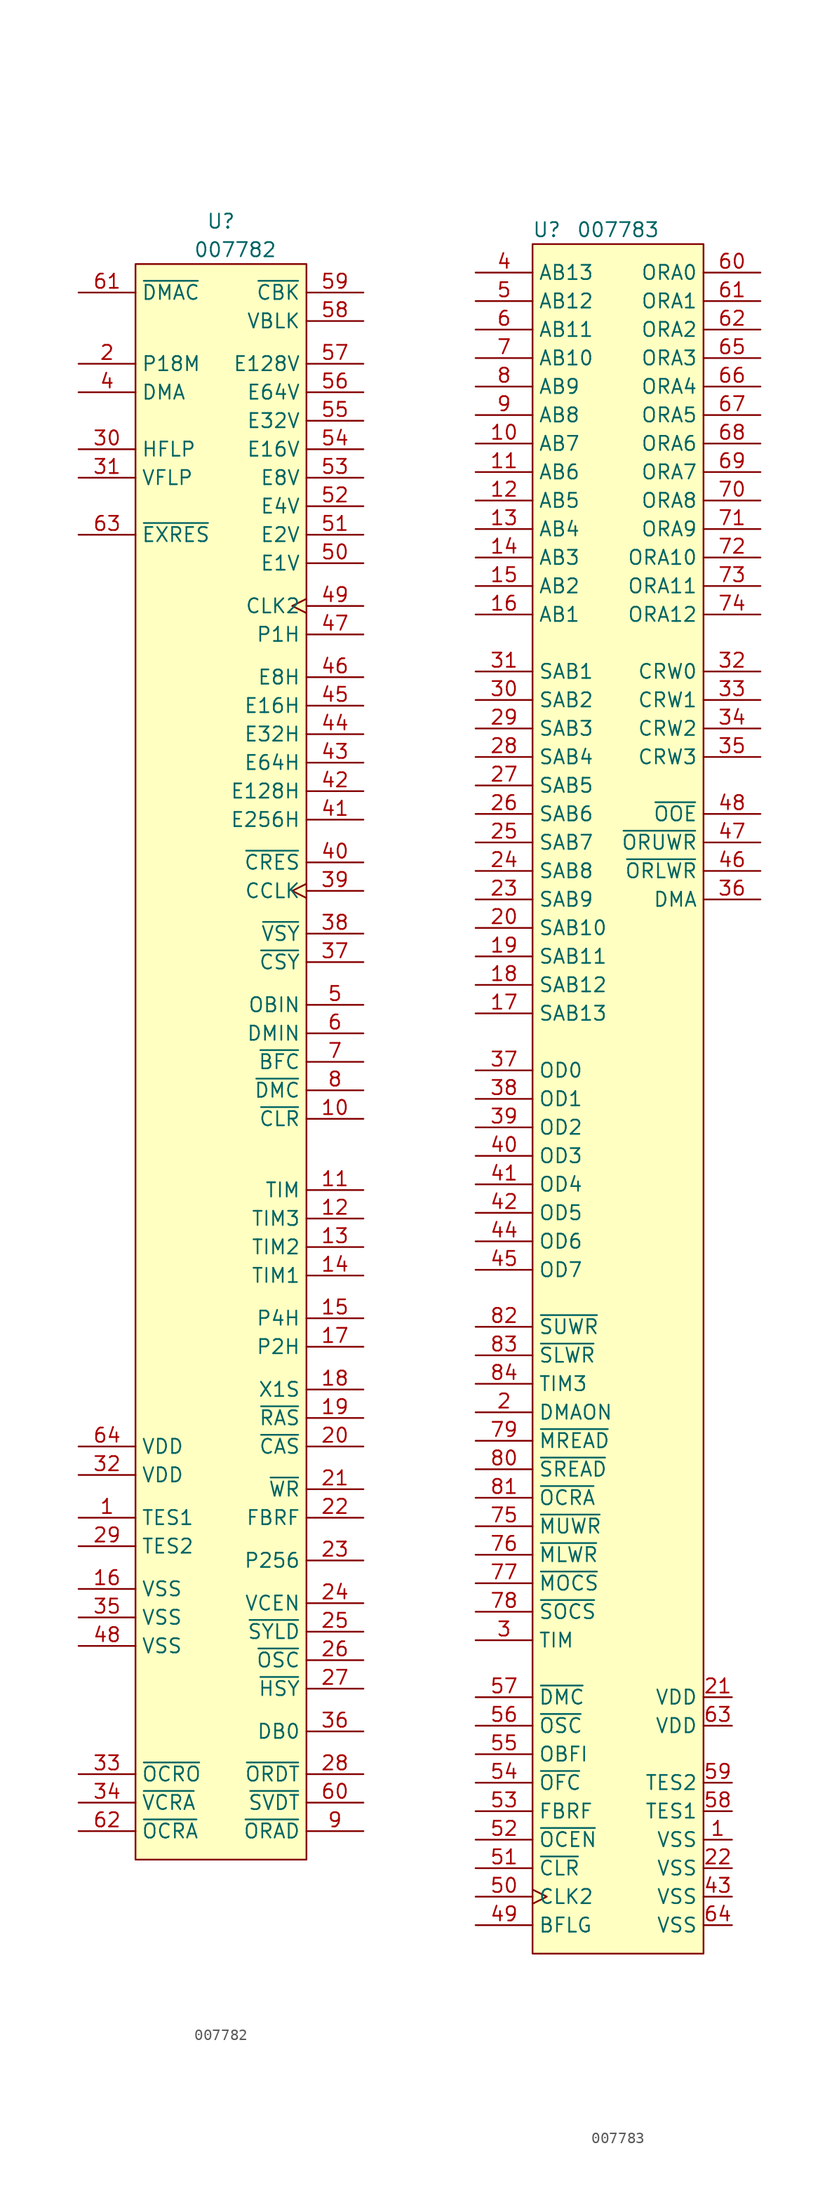
<source format=kicad_sym>
(kicad_symbol_lib
  (version 20231120)
  (generator "kicad_symbol_editor")
  (generator_version "8.0")
  (symbol "007782"
    (property "Reference" "U"
      (at 0 77.47 0)
      (effects (font (size 1.27 1.27))))
    (property "Value" "007782"
      (at 1.27 74.93 0)
      (effects (font (size 1.27 1.27))))
    (symbol "007782_0_1"
      (rectangle (start -7.62 73.66) (end 7.62 -68.58) (stroke (width 0) (type default)) (fill (type background))))
    (symbol "007782_1_1"
      (pin input line (at -12.7 -38.1 0) (length 5.08) (name "TES1" (effects (font (size 1.27 1.27)))) (number "1" (effects (font (size 1.27 1.27)))))
      (pin output line (at 12.7 -2.54 180) (length 5.08) (name "~{CLR}" (effects (font (size 1.27 1.27)))) (number "10" (effects (font (size 1.27 1.27)))))
      (pin output line (at 12.7 -8.89 180) (length 5.08) (name "TIM" (effects (font (size 1.27 1.27)))) (number "11" (effects (font (size 1.27 1.27)))))
      (pin output line (at 12.7 -11.43 180) (length 5.08) (name "TIM3" (effects (font (size 1.27 1.27)))) (number "12" (effects (font (size 1.27 1.27)))))
      (pin output line (at 12.7 -13.97 180) (length 5.08) (name "TIM2" (effects (font (size 1.27 1.27)))) (number "13" (effects (font (size 1.27 1.27)))))
      (pin output line (at 12.7 -16.51 180) (length 5.08) (name "TIM1" (effects (font (size 1.27 1.27)))) (number "14" (effects (font (size 1.27 1.27)))))
      (pin output line (at 12.7 -20.32 180) (length 5.08) (name "P4H" (effects (font (size 1.27 1.27)))) (number "15" (effects (font (size 1.27 1.27)))))
      (pin power_in line (at -12.7 -44.45 0) (length 5.08) (name "VSS" (effects (font (size 1.27 1.27)))) (number "16" (effects (font (size 1.27 1.27)))))
      (pin output line (at 12.7 -22.86 180) (length 5.08) (name "P2H" (effects (font (size 1.27 1.27)))) (number "17" (effects (font (size 1.27 1.27)))))
      (pin output line (at 12.7 -26.67 180) (length 5.08) (name "X1S" (effects (font (size 1.27 1.27)))) (number "18" (effects (font (size 1.27 1.27)))))
      (pin output line (at 12.7 -29.21 180) (length 5.08) (name "~{RAS}" (effects (font (size 1.27 1.27)))) (number "19" (effects (font (size 1.27 1.27)))))
      (pin input line (at -12.7 64.77 0) (length 5.08) (name "P18M" (effects (font (size 1.27 1.27)))) (number "2" (effects (font (size 1.27 1.27)))))
      (pin output line (at 12.7 -31.75 180) (length 5.08) (name "~{CAS}" (effects (font (size 1.27 1.27)))) (number "20" (effects (font (size 1.27 1.27)))))
      (pin output line (at 12.7 -35.56 180) (length 5.08) (name "~{WR}" (effects (font (size 1.27 1.27)))) (number "21" (effects (font (size 1.27 1.27)))))
      (pin output line (at 12.7 -38.1 180) (length 5.08) (name "FBRF" (effects (font (size 1.27 1.27)))) (number "22" (effects (font (size 1.27 1.27)))))
      (pin output line (at 12.7 -41.91 180) (length 5.08) (name "P256" (effects (font (size 1.27 1.27)))) (number "23" (effects (font (size 1.27 1.27)))))
      (pin output line (at 12.7 -45.72 180) (length 5.08) (name "VCEN" (effects (font (size 1.27 1.27)))) (number "24" (effects (font (size 1.27 1.27)))))
      (pin output line (at 12.7 -48.26 180) (length 5.08) (name "~{SYLD}" (effects (font (size 1.27 1.27)))) (number "25" (effects (font (size 1.27 1.27)))))
      (pin output line (at 12.7 -50.8 180) (length 5.08) (name "~{OSC}" (effects (font (size 1.27 1.27)))) (number "26" (effects (font (size 1.27 1.27)))))
      (pin output line (at 12.7 -53.34 180) (length 5.08) (name "~{HSY}" (effects (font (size 1.27 1.27)))) (number "27" (effects (font (size 1.27 1.27)))))
      (pin output line (at 12.7 -60.96 180) (length 5.08) (name "~{ORDT}" (effects (font (size 1.27 1.27)))) (number "28" (effects (font (size 1.27 1.27)))))
      (pin input line (at -12.7 -40.64 0) (length 5.08) (name "TES2" (effects (font (size 1.27 1.27)))) (number "29" (effects (font (size 1.27 1.27)))))
      (pin input line (at -12.7 57.15 0) (length 5.08) (name "HFLP" (effects (font (size 1.27 1.27)))) (number "30" (effects (font (size 1.27 1.27)))))
      (pin input line (at -12.7 54.61 0) (length 5.08) (name "VFLP" (effects (font (size 1.27 1.27)))) (number "31" (effects (font (size 1.27 1.27)))))
      (pin power_in line (at -12.7 -34.29 0) (length 5.08) (name "VDD" (effects (font (size 1.27 1.27)))) (number "32" (effects (font (size 1.27 1.27)))))
      (pin input line (at -12.7 -60.96 0) (length 5.08) (name "~{OCRO}" (effects (font (size 1.27 1.27)))) (number "33" (effects (font (size 1.27 1.27)))))
      (pin input line (at -12.7 -63.5 0) (length 5.08) (name "~{VCRA}" (effects (font (size 1.27 1.27)))) (number "34" (effects (font (size 1.27 1.27)))))
      (pin power_in line (at -12.7 -46.99 0) (length 5.08) (name "VSS" (effects (font (size 1.27 1.27)))) (number "35" (effects (font (size 1.27 1.27)))))
      (pin tri_state line (at 12.7 -57.15 180) (length 5.08) (name "DB0" (effects (font (size 1.27 1.27)))) (number "36" (effects (font (size 1.27 1.27)))))
      (pin output line (at 12.7 11.43 180) (length 5.08) (name "~{CSY}" (effects (font (size 1.27 1.27)))) (number "37" (effects (font (size 1.27 1.27)))))
      (pin output line (at 12.7 13.97 180) (length 5.08) (name "~{VSY}" (effects (font (size 1.27 1.27)))) (number "38" (effects (font (size 1.27 1.27)))))
      (pin output clock (at 12.7 17.78 180) (length 5.08) (name "CCLK" (effects (font (size 1.27 1.27)))) (number "39" (effects (font (size 1.27 1.27)))))
      (pin input line (at -12.7 62.23 0) (length 5.08) (name "DMA" (effects (font (size 1.27 1.27)))) (number "4" (effects (font (size 1.27 1.27)))))
      (pin output line (at 12.7 20.32 180) (length 5.08) (name "~{CRES}" (effects (font (size 1.27 1.27)))) (number "40" (effects (font (size 1.27 1.27)))))
      (pin output line (at 12.7 24.13 180) (length 5.08) (name "E256H" (effects (font (size 1.27 1.27)))) (number "41" (effects (font (size 1.27 1.27)))))
      (pin output line (at 12.7 26.67 180) (length 5.08) (name "E128H" (effects (font (size 1.27 1.27)))) (number "42" (effects (font (size 1.27 1.27)))))
      (pin output line (at 12.7 29.21 180) (length 5.08) (name "E64H" (effects (font (size 1.27 1.27)))) (number "43" (effects (font (size 1.27 1.27)))))
      (pin output line (at 12.7 31.75 180) (length 5.08) (name "E32H" (effects (font (size 1.27 1.27)))) (number "44" (effects (font (size 1.27 1.27)))))
      (pin output line (at 12.7 34.29 180) (length 5.08) (name "E16H" (effects (font (size 1.27 1.27)))) (number "45" (effects (font (size 1.27 1.27)))))
      (pin output line (at 12.7 36.83 180) (length 5.08) (name "E8H" (effects (font (size 1.27 1.27)))) (number "46" (effects (font (size 1.27 1.27)))))
      (pin output line (at 12.7 40.64 180) (length 5.08) (name "P1H" (effects (font (size 1.27 1.27)))) (number "47" (effects (font (size 1.27 1.27)))))
      (pin power_in line (at -12.7 -49.53 0) (length 5.08) (name "VSS" (effects (font (size 1.27 1.27)))) (number "48" (effects (font (size 1.27 1.27)))))
      (pin output clock (at 12.7 43.18 180) (length 5.08) (name "CLK2" (effects (font (size 1.27 1.27)))) (number "49" (effects (font (size 1.27 1.27)))))
      (pin output line (at 12.7 7.62 180) (length 5.08) (name "OBIN" (effects (font (size 1.27 1.27)))) (number "5" (effects (font (size 1.27 1.27)))))
      (pin output line (at 12.7 46.99 180) (length 5.08) (name "E1V" (effects (font (size 1.27 1.27)))) (number "50" (effects (font (size 1.27 1.27)))))
      (pin output line (at 12.7 49.53 180) (length 5.08) (name "E2V" (effects (font (size 1.27 1.27)))) (number "51" (effects (font (size 1.27 1.27)))))
      (pin output line (at 12.7 52.07 180) (length 5.08) (name "E4V" (effects (font (size 1.27 1.27)))) (number "52" (effects (font (size 1.27 1.27)))))
      (pin output line (at 12.7 54.61 180) (length 5.08) (name "E8V" (effects (font (size 1.27 1.27)))) (number "53" (effects (font (size 1.27 1.27)))))
      (pin output line (at 12.7 57.15 180) (length 5.08) (name "E16V" (effects (font (size 1.27 1.27)))) (number "54" (effects (font (size 1.27 1.27)))))
      (pin output line (at 12.7 59.69 180) (length 5.08) (name "E32V" (effects (font (size 1.27 1.27)))) (number "55" (effects (font (size 1.27 1.27)))))
      (pin output line (at 12.7 62.23 180) (length 5.08) (name "E64V" (effects (font (size 1.27 1.27)))) (number "56" (effects (font (size 1.27 1.27)))))
      (pin output line (at 12.7 64.77 180) (length 5.08) (name "E128V" (effects (font (size 1.27 1.27)))) (number "57" (effects (font (size 1.27 1.27)))))
      (pin output line (at 12.7 68.58 180) (length 5.08) (name "VBLK" (effects (font (size 1.27 1.27)))) (number "58" (effects (font (size 1.27 1.27)))))
      (pin output line (at 12.7 71.12 180) (length 5.08) (name "~{CBK}" (effects (font (size 1.27 1.27)))) (number "59" (effects (font (size 1.27 1.27)))))
      (pin output line (at 12.7 5.08 180) (length 5.08) (name "DMIN" (effects (font (size 1.27 1.27)))) (number "6" (effects (font (size 1.27 1.27)))))
      (pin output line (at 12.7 -63.5 180) (length 5.08) (name "~{SVDT}" (effects (font (size 1.27 1.27)))) (number "60" (effects (font (size 1.27 1.27)))))
      (pin input line (at -12.7 71.12 0) (length 5.08) (name "~{DMAC}" (effects (font (size 1.27 1.27)))) (number "61" (effects (font (size 1.27 1.27)))))
      (pin input line (at -12.7 -66.04 0) (length 5.08) (name "~{OCRA}" (effects (font (size 1.27 1.27)))) (number "62" (effects (font (size 1.27 1.27)))))
      (pin input line (at -12.7 49.53 0) (length 5.08) (name "~{EXRES}" (effects (font (size 1.27 1.27)))) (number "63" (effects (font (size 1.27 1.27)))))
      (pin power_in line (at -12.7 -31.75 0) (length 5.08) (name "VDD" (effects (font (size 1.27 1.27)))) (number "64" (effects (font (size 1.27 1.27)))))
      (pin output line (at 12.7 2.54 180) (length 5.08) (name "~{BFC}" (effects (font (size 1.27 1.27)))) (number "7" (effects (font (size 1.27 1.27)))))
      (pin output line (at 12.7 0 180) (length 5.08) (name "~{DMC}" (effects (font (size 1.27 1.27)))) (number "8" (effects (font (size 1.27 1.27)))))
      (pin output line (at 12.7 -66.04 180) (length 5.08) (name "~{ORAD}" (effects (font (size 1.27 1.27)))) (number "9" (effects (font (size 1.27 1.27)))))))
  (symbol "007783"
    (property "Reference" "U"
      (at -6.35 77.47 0)
      (effects (font (size 1.27 1.27))))
    (property "Value" "007783"
      (at 0 77.47 0)
      (effects (font (size 1.27 1.27))))
    (symbol "007783_0_1"
      (rectangle (start -7.62 76.2) (end 7.62 -76.2) (stroke (width 0) (type default)) (fill (type background))))
    (symbol "007783_1_1"
      (pin power_in line (at 10.16 -66.04 180) (length 2.54) (name "VSS" (effects (font (size 1.27 1.27)))) (number "1" (effects (font (size 1.27 1.27)))))
      (pin input line (at -12.7 58.42 0) (length 5.08) (name "AB7" (effects (font (size 1.27 1.27)))) (number "10" (effects (font (size 1.27 1.27)))))
      (pin input line (at -12.7 55.88 0) (length 5.08) (name "AB6" (effects (font (size 1.27 1.27)))) (number "11" (effects (font (size 1.27 1.27)))))
      (pin input line (at -12.7 53.34 0) (length 5.08) (name "AB5" (effects (font (size 1.27 1.27)))) (number "12" (effects (font (size 1.27 1.27)))))
      (pin input line (at -12.7 50.8 0) (length 5.08) (name "AB4" (effects (font (size 1.27 1.27)))) (number "13" (effects (font (size 1.27 1.27)))))
      (pin input line (at -12.7 48.26 0) (length 5.08) (name "AB3" (effects (font (size 1.27 1.27)))) (number "14" (effects (font (size 1.27 1.27)))))
      (pin input line (at -12.7 45.72 0) (length 5.08) (name "AB2" (effects (font (size 1.27 1.27)))) (number "15" (effects (font (size 1.27 1.27)))))
      (pin input line (at -12.7 43.18 0) (length 5.08) (name "AB1" (effects (font (size 1.27 1.27)))) (number "16" (effects (font (size 1.27 1.27)))))
      (pin input line (at -12.7 7.62 0) (length 5.08) (name "SAB13" (effects (font (size 1.27 1.27)))) (number "17" (effects (font (size 1.27 1.27)))))
      (pin input line (at -12.7 10.16 0) (length 5.08) (name "SAB12" (effects (font (size 1.27 1.27)))) (number "18" (effects (font (size 1.27 1.27)))))
      (pin input line (at -12.7 12.7 0) (length 5.08) (name "SAB11" (effects (font (size 1.27 1.27)))) (number "19" (effects (font (size 1.27 1.27)))))
      (pin input line (at -12.7 -27.94 0) (length 5.08) (name "DMAON" (effects (font (size 1.27 1.27)))) (number "2" (effects (font (size 1.27 1.27)))))
      (pin input line (at -12.7 15.24 0) (length 5.08) (name "SAB10" (effects (font (size 1.27 1.27)))) (number "20" (effects (font (size 1.27 1.27)))))
      (pin power_in line (at 10.16 -53.34 180) (length 2.54) (name "VDD" (effects (font (size 1.27 1.27)))) (number "21" (effects (font (size 1.27 1.27)))))
      (pin power_in line (at 10.16 -68.58 180) (length 2.54) (name "VSS" (effects (font (size 1.27 1.27)))) (number "22" (effects (font (size 1.27 1.27)))))
      (pin input line (at -12.7 17.78 0) (length 5.08) (name "SAB9" (effects (font (size 1.27 1.27)))) (number "23" (effects (font (size 1.27 1.27)))))
      (pin input line (at -12.7 20.32 0) (length 5.08) (name "SAB8" (effects (font (size 1.27 1.27)))) (number "24" (effects (font (size 1.27 1.27)))))
      (pin input line (at -12.7 22.86 0) (length 5.08) (name "SAB7" (effects (font (size 1.27 1.27)))) (number "25" (effects (font (size 1.27 1.27)))))
      (pin input line (at -12.7 25.4 0) (length 5.08) (name "SAB6" (effects (font (size 1.27 1.27)))) (number "26" (effects (font (size 1.27 1.27)))))
      (pin input line (at -12.7 27.94 0) (length 5.08) (name "SAB5" (effects (font (size 1.27 1.27)))) (number "27" (effects (font (size 1.27 1.27)))))
      (pin input line (at -12.7 30.48 0) (length 5.08) (name "SAB4" (effects (font (size 1.27 1.27)))) (number "28" (effects (font (size 1.27 1.27)))))
      (pin input line (at -12.7 33.02 0) (length 5.08) (name "SAB3" (effects (font (size 1.27 1.27)))) (number "29" (effects (font (size 1.27 1.27)))))
      (pin input line (at -12.7 -48.26 0) (length 5.08) (name "TIM" (effects (font (size 1.27 1.27)))) (number "3" (effects (font (size 1.27 1.27)))))
      (pin input line (at -12.7 35.56 0) (length 5.08) (name "SAB2" (effects (font (size 1.27 1.27)))) (number "30" (effects (font (size 1.27 1.27)))))
      (pin input line (at -12.7 38.1 0) (length 5.08) (name "SAB1" (effects (font (size 1.27 1.27)))) (number "31" (effects (font (size 1.27 1.27)))))
      (pin output line (at 12.7 38.1 180) (length 5.08) (name "CRW0" (effects (font (size 1.27 1.27)))) (number "32" (effects (font (size 1.27 1.27)))))
      (pin output line (at 12.7 35.56 180) (length 5.08) (name "CRW1" (effects (font (size 1.27 1.27)))) (number "33" (effects (font (size 1.27 1.27)))))
      (pin output line (at 12.7 33.02 180) (length 5.08) (name "CRW2" (effects (font (size 1.27 1.27)))) (number "34" (effects (font (size 1.27 1.27)))))
      (pin output line (at 12.7 30.48 180) (length 5.08) (name "CRW3" (effects (font (size 1.27 1.27)))) (number "35" (effects (font (size 1.27 1.27)))))
      (pin output line (at 12.7 17.78 180) (length 5.08) (name "DMA" (effects (font (size 1.27 1.27)))) (number "36" (effects (font (size 1.27 1.27)))))
      (pin input line (at -12.7 2.54 0) (length 5.08) (name "OD0" (effects (font (size 1.27 1.27)))) (number "37" (effects (font (size 1.27 1.27)))))
      (pin input line (at -12.7 0 0) (length 5.08) (name "OD1" (effects (font (size 1.27 1.27)))) (number "38" (effects (font (size 1.27 1.27)))))
      (pin input line (at -12.7 -2.54 0) (length 5.08) (name "OD2" (effects (font (size 1.27 1.27)))) (number "39" (effects (font (size 1.27 1.27)))))
      (pin input line (at -12.7 73.66 0) (length 5.08) (name "AB13" (effects (font (size 1.27 1.27)))) (number "4" (effects (font (size 1.27 1.27)))))
      (pin input line (at -12.7 -5.08 0) (length 5.08) (name "OD3" (effects (font (size 1.27 1.27)))) (number "40" (effects (font (size 1.27 1.27)))))
      (pin input line (at -12.7 -7.62 0) (length 5.08) (name "OD4" (effects (font (size 1.27 1.27)))) (number "41" (effects (font (size 1.27 1.27)))))
      (pin input line (at -12.7 -10.16 0) (length 5.08) (name "OD5" (effects (font (size 1.27 1.27)))) (number "42" (effects (font (size 1.27 1.27)))))
      (pin power_in line (at 10.16 -71.12 180) (length 2.54) (name "VSS" (effects (font (size 1.27 1.27)))) (number "43" (effects (font (size 1.27 1.27)))))
      (pin input line (at -12.7 -12.7 0) (length 5.08) (name "OD6" (effects (font (size 1.27 1.27)))) (number "44" (effects (font (size 1.27 1.27)))))
      (pin input line (at -12.7 -15.24 0) (length 5.08) (name "OD7" (effects (font (size 1.27 1.27)))) (number "45" (effects (font (size 1.27 1.27)))))
      (pin output line (at 12.7 20.32 180) (length 5.08) (name "~{ORLWR}" (effects (font (size 1.27 1.27)))) (number "46" (effects (font (size 1.27 1.27)))))
      (pin output line (at 12.7 22.86 180) (length 5.08) (name "~{ORUWR}" (effects (font (size 1.27 1.27)))) (number "47" (effects (font (size 1.27 1.27)))))
      (pin output line (at 12.7 25.4 180) (length 5.08) (name "~{OOE}" (effects (font (size 1.27 1.27)))) (number "48" (effects (font (size 1.27 1.27)))))
      (pin input line (at -12.7 -73.66 0) (length 5.08) (name "BFLG" (effects (font (size 1.27 1.27)))) (number "49" (effects (font (size 1.27 1.27)))))
      (pin input line (at -12.7 71.12 0) (length 5.08) (name "AB12" (effects (font (size 1.27 1.27)))) (number "5" (effects (font (size 1.27 1.27)))))
      (pin input clock (at -12.7 -71.12 0) (length 5.08) (name "CLK2" (effects (font (size 1.27 1.27)))) (number "50" (effects (font (size 1.27 1.27)))))
      (pin input line (at -12.7 -68.58 0) (length 5.08) (name "~{CLR}" (effects (font (size 1.27 1.27)))) (number "51" (effects (font (size 1.27 1.27)))))
      (pin input line (at -12.7 -66.04 0) (length 5.08) (name "~{OCEN}" (effects (font (size 1.27 1.27)))) (number "52" (effects (font (size 1.27 1.27)))))
      (pin input line (at -12.7 -63.5 0) (length 5.08) (name "FBRF" (effects (font (size 1.27 1.27)))) (number "53" (effects (font (size 1.27 1.27)))))
      (pin input line (at -12.7 -60.96 0) (length 5.08) (name "~{OFC}" (effects (font (size 1.27 1.27)))) (number "54" (effects (font (size 1.27 1.27)))))
      (pin input line (at -12.7 -58.42 0) (length 5.08) (name "OBFI" (effects (font (size 1.27 1.27)))) (number "55" (effects (font (size 1.27 1.27)))))
      (pin input line (at -12.7 -55.88 0) (length 5.08) (name "~{OSC}" (effects (font (size 1.27 1.27)))) (number "56" (effects (font (size 1.27 1.27)))))
      (pin input line (at -12.7 -53.34 0) (length 5.08) (name "~{DMC}" (effects (font (size 1.27 1.27)))) (number "57" (effects (font (size 1.27 1.27)))))
      (pin input line (at 10.16 -63.5 180) (length 2.54) (name "TES1" (effects (font (size 1.27 1.27)))) (number "58" (effects (font (size 1.27 1.27)))))
      (pin input line (at 10.16 -60.96 180) (length 2.54) (name "TES2" (effects (font (size 1.27 1.27)))) (number "59" (effects (font (size 1.27 1.27)))))
      (pin input line (at -12.7 68.58 0) (length 5.08) (name "AB11" (effects (font (size 1.27 1.27)))) (number "6" (effects (font (size 1.27 1.27)))))
      (pin output line (at 12.7 73.66 180) (length 5.08) (name "ORA0" (effects (font (size 1.27 1.27)))) (number "60" (effects (font (size 1.27 1.27)))))
      (pin output line (at 12.7 71.12 180) (length 5.08) (name "ORA1" (effects (font (size 1.27 1.27)))) (number "61" (effects (font (size 1.27 1.27)))))
      (pin output line (at 12.7 68.58 180) (length 5.08) (name "ORA2" (effects (font (size 1.27 1.27)))) (number "62" (effects (font (size 1.27 1.27)))))
      (pin power_in line (at 10.16 -55.88 180) (length 2.54) (name "VDD" (effects (font (size 1.27 1.27)))) (number "63" (effects (font (size 1.27 1.27)))))
      (pin power_in line (at 10.16 -73.66 180) (length 2.54) (name "VSS" (effects (font (size 1.27 1.27)))) (number "64" (effects (font (size 1.27 1.27)))))
      (pin output line (at 12.7 66.04 180) (length 5.08) (name "ORA3" (effects (font (size 1.27 1.27)))) (number "65" (effects (font (size 1.27 1.27)))))
      (pin output line (at 12.7 63.5 180) (length 5.08) (name "ORA4" (effects (font (size 1.27 1.27)))) (number "66" (effects (font (size 1.27 1.27)))))
      (pin output line (at 12.7 60.96 180) (length 5.08) (name "ORA5" (effects (font (size 1.27 1.27)))) (number "67" (effects (font (size 1.27 1.27)))))
      (pin output line (at 12.7 58.42 180) (length 5.08) (name "ORA6" (effects (font (size 1.27 1.27)))) (number "68" (effects (font (size 1.27 1.27)))))
      (pin output line (at 12.7 55.88 180) (length 5.08) (name "ORA7" (effects (font (size 1.27 1.27)))) (number "69" (effects (font (size 1.27 1.27)))))
      (pin input line (at -12.7 66.04 0) (length 5.08) (name "AB10" (effects (font (size 1.27 1.27)))) (number "7" (effects (font (size 1.27 1.27)))))
      (pin output line (at 12.7 53.34 180) (length 5.08) (name "ORA8" (effects (font (size 1.27 1.27)))) (number "70" (effects (font (size 1.27 1.27)))))
      (pin output line (at 12.7 50.8 180) (length 5.08) (name "ORA9" (effects (font (size 1.27 1.27)))) (number "71" (effects (font (size 1.27 1.27)))))
      (pin output line (at 12.7 48.26 180) (length 5.08) (name "ORA10" (effects (font (size 1.27 1.27)))) (number "72" (effects (font (size 1.27 1.27)))))
      (pin output line (at 12.7 45.72 180) (length 5.08) (name "ORA11" (effects (font (size 1.27 1.27)))) (number "73" (effects (font (size 1.27 1.27)))))
      (pin output line (at 12.7 43.18 180) (length 5.08) (name "ORA12" (effects (font (size 1.27 1.27)))) (number "74" (effects (font (size 1.27 1.27)))))
      (pin input line (at -12.7 -38.1 0) (length 5.08) (name "~{MUWR}" (effects (font (size 1.27 1.27)))) (number "75" (effects (font (size 1.27 1.27)))))
      (pin input line (at -12.7 -40.64 0) (length 5.08) (name "~{MLWR}" (effects (font (size 1.27 1.27)))) (number "76" (effects (font (size 1.27 1.27)))))
      (pin input line (at -12.7 -43.18 0) (length 5.08) (name "~{MOCS}" (effects (font (size 1.27 1.27)))) (number "77" (effects (font (size 1.27 1.27)))))
      (pin input line (at -12.7 -45.72 0) (length 5.08) (name "~{SOCS}" (effects (font (size 1.27 1.27)))) (number "78" (effects (font (size 1.27 1.27)))))
      (pin input line (at -12.7 -30.48 0) (length 5.08) (name "~{MREAD}" (effects (font (size 1.27 1.27)))) (number "79" (effects (font (size 1.27 1.27)))))
      (pin input line (at -12.7 63.5 0) (length 5.08) (name "AB9" (effects (font (size 1.27 1.27)))) (number "8" (effects (font (size 1.27 1.27)))))
      (pin input line (at -12.7 -33.02 0) (length 5.08) (name "~{SREAD}" (effects (font (size 1.27 1.27)))) (number "80" (effects (font (size 1.27 1.27)))))
      (pin input line (at -12.7 -35.56 0) (length 5.08) (name "~{OCRA}" (effects (font (size 1.27 1.27)))) (number "81" (effects (font (size 1.27 1.27)))))
      (pin input line (at -12.7 -20.32 0) (length 5.08) (name "~{SUWR}" (effects (font (size 1.27 1.27)))) (number "82" (effects (font (size 1.27 1.27)))))
      (pin input line (at -12.7 -22.86 0) (length 5.08) (name "~{SLWR}" (effects (font (size 1.27 1.27)))) (number "83" (effects (font (size 1.27 1.27)))))
      (pin input line (at -12.7 -25.4 0) (length 5.08) (name "TIM3" (effects (font (size 1.27 1.27)))) (number "84" (effects (font (size 1.27 1.27)))))
      (pin input line (at -12.7 60.96 0) (length 5.08) (name "AB8" (effects (font (size 1.27 1.27)))) (number "9" (effects (font (size 1.27 1.27))))))))
</source>
